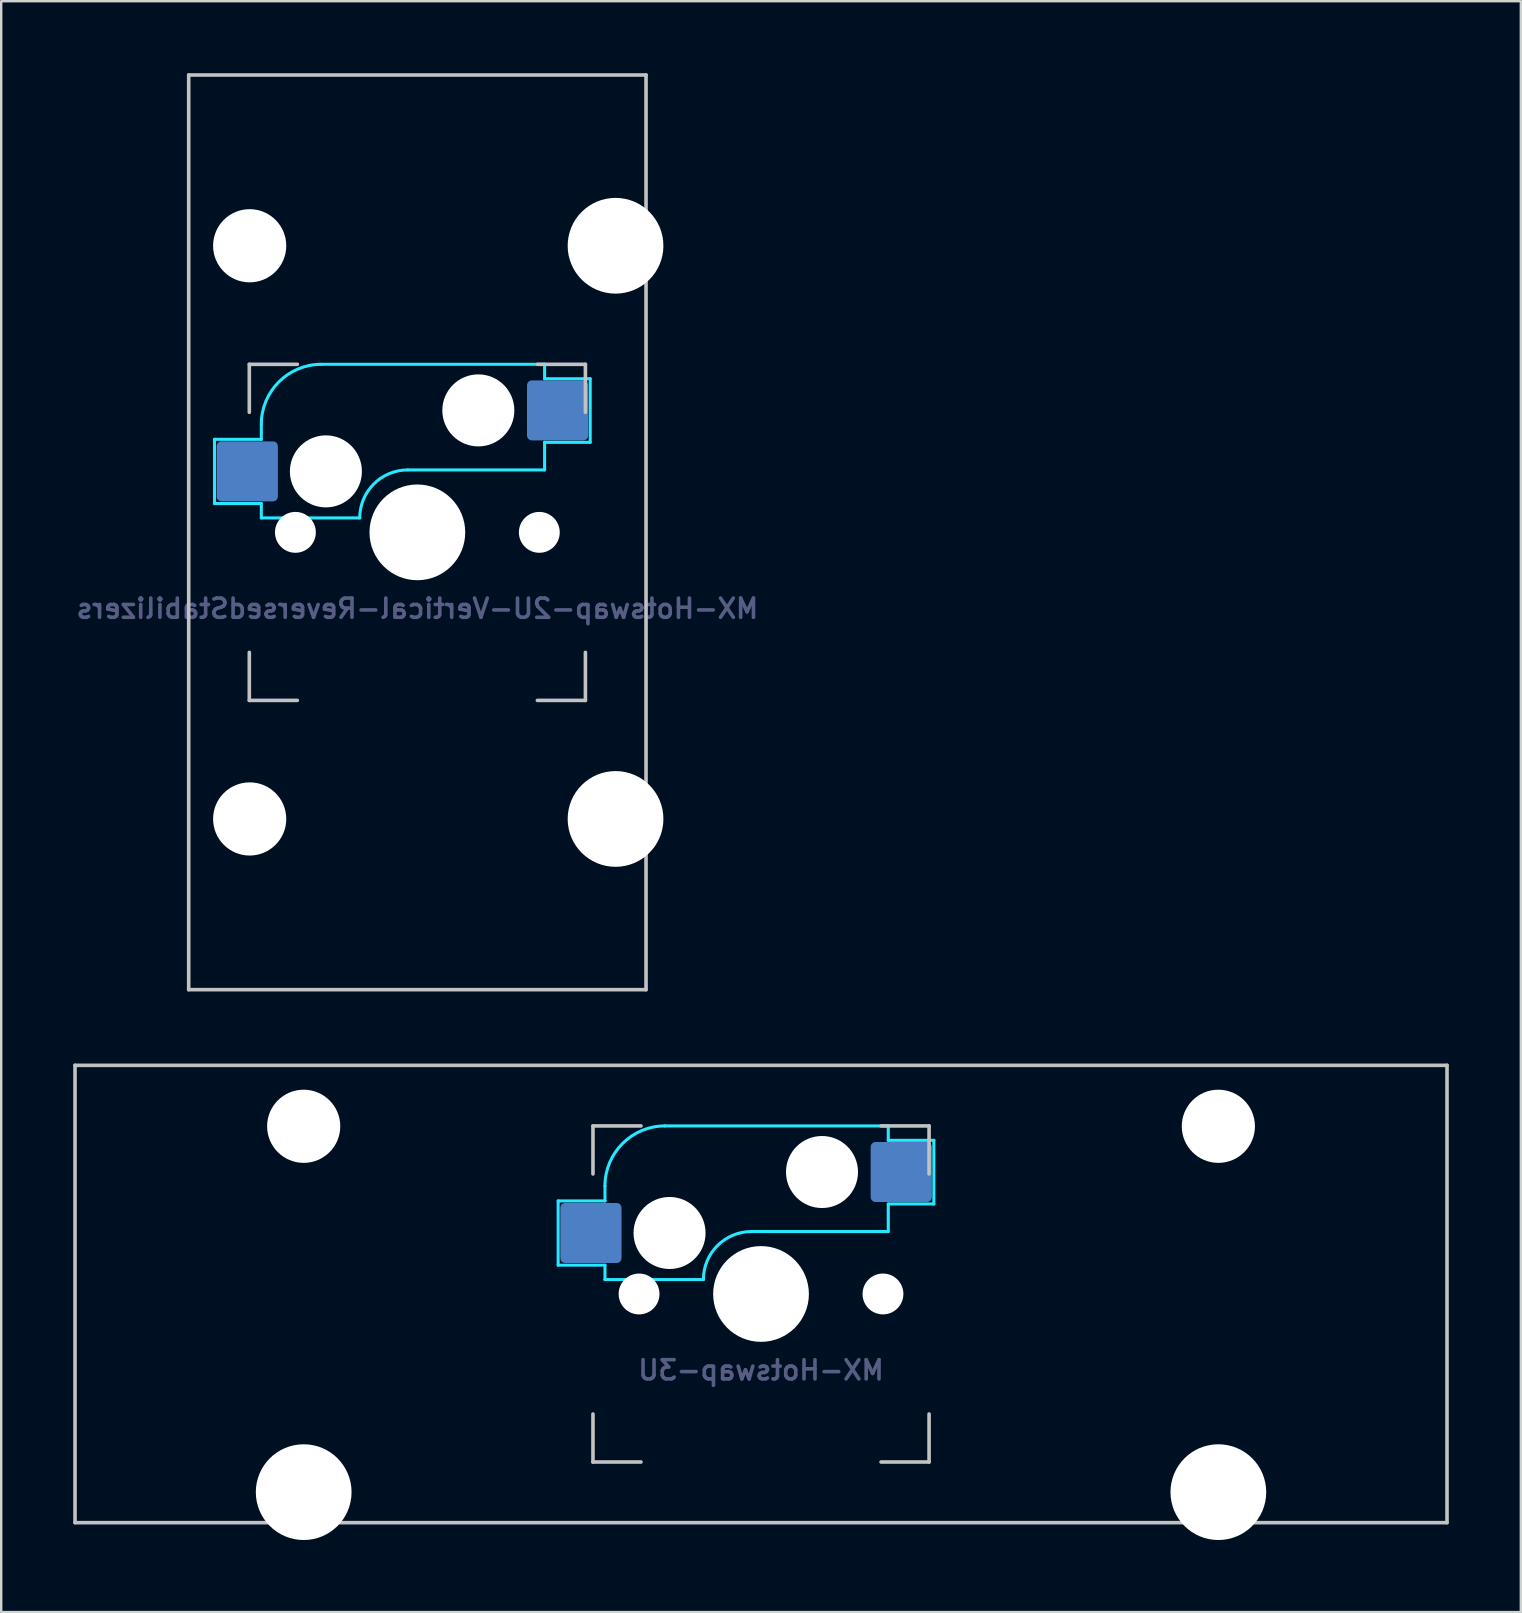
<source format=kicad_pcb>
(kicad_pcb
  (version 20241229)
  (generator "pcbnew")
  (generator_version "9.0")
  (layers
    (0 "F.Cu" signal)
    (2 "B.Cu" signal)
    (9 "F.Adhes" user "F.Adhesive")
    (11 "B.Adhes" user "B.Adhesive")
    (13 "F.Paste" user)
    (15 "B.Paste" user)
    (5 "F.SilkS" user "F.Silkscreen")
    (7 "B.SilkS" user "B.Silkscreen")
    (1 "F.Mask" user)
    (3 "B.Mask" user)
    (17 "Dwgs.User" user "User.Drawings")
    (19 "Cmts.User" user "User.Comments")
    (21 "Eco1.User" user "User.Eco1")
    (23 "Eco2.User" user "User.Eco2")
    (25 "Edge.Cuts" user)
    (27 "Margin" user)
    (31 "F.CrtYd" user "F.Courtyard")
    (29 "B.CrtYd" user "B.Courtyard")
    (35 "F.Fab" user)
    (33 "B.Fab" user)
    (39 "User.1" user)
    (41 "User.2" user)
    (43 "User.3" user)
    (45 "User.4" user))
  (footprint "MX-Hotswap-3U"
    (layer "F.Cu")
    (at 28.65 50.85)
    (property "Reference" "MX-Hotswap-3U" (at 0 3.175 0) (layer "B.Fab") (effects (font (size 0.8 0.8) (thickness 0.15)) (justify mirror)))
    (attr smd)
    (fp_line (start -28.575 9.525) (end -28.575 -9.525) (stroke (width 0.15) (type solid)) (layer "Dwgs.User"))
    (fp_line (start -7 -7) (end -7 -5) (stroke (width 0.15) (type solid)) (layer "Dwgs.User"))
    (fp_line (start -7 5) (end -7 7) (stroke (width 0.15) (type solid)) (layer "Dwgs.User"))
    (fp_line (start -7 7) (end -5 7) (stroke (width 0.15) (type solid)) (layer "Dwgs.User"))
    (fp_line (start -5 -7) (end -7 -7) (stroke (width 0.15) (type solid)) (layer "Dwgs.User"))
    (fp_line (start 5 -7) (end 7 -7) (stroke (width 0.15) (type solid)) (layer "Dwgs.User"))
    (fp_line (start 5 7) (end 7 7) (stroke (width 0.15) (type solid)) (layer "Dwgs.User"))
    (fp_line (start 7 -7) (end 7 -5) (stroke (width 0.15) (type solid)) (layer "Dwgs.User"))
    (fp_line (start 7 7) (end 7 5) (stroke (width 0.15) (type solid)) (layer "Dwgs.User"))
    (fp_line (start 28.575 -9.525) (end -28.575 -9.525) (stroke (width 0.15) (type solid)) (layer "Dwgs.User"))
    (fp_line (start 28.575 9.525) (end -28.575 9.525) (stroke (width 0.15) (type solid)) (layer "Dwgs.User"))
    (fp_line (start 28.575 9.525) (end 28.575 -9.525) (stroke (width 0.15) (type solid)) (layer "Dwgs.User"))
    (fp_line (start -8.45 -3.875) (end -8.45 -1.2) (stroke (width 0.127) (type solid)) (layer "B.CrtYd"))
    (fp_line (start -8.45 -1.2) (end -6.5 -1.2) (stroke (width 0.127) (type solid)) (layer "B.CrtYd"))
    (fp_line (start -6.5 -4.5) (end -6.5 -3.875) (stroke (width 0.127) (type solid)) (layer "B.CrtYd"))
    (fp_line (start -6.5 -3.875) (end -8.45 -3.875) (stroke (width 0.127) (type solid)) (layer "B.CrtYd"))
    (fp_line (start -6.5 -0.6) (end -6.5 -1.2) (stroke (width 0.127) (type solid)) (layer "B.CrtYd"))
    (fp_line (start -6.5 -0.6) (end -2.4 -0.6) (stroke (width 0.127) (type solid)) (layer "B.CrtYd"))
    (fp_line (start -0.4 -2.6) (end 5.3 -2.6) (stroke (width 0.127) (type solid)) (layer "B.CrtYd"))
    (fp_line (start 5.3 -7) (end -4 -7) (stroke (width 0.127) (type solid)) (layer "B.CrtYd"))
    (fp_line (start 5.3 -7) (end 5.3 -6.4) (stroke (width 0.127) (type solid)) (layer "B.CrtYd"))
    (fp_line (start 5.3 -6.4) (end 7.2 -6.4) (stroke (width 0.127) (type solid)) (layer "B.CrtYd"))
    (fp_line (start 5.3 -2.6) (end 5.3 -3.75) (stroke (width 0.127) (type solid)) (layer "B.CrtYd"))
    (fp_line (start 7.2 -6.4) (end 7.2 -3.75) (stroke (width 0.127) (type solid)) (layer "B.CrtYd"))
    (fp_line (start 7.2 -3.75) (end 5.3 -3.75) (stroke (width 0.127) (type solid)) (layer "B.CrtYd"))
    (fp_arc (start -6.5 -4.5) (mid -5.767767 -6.267767) (end -4 -7) (stroke (width 0.127) (type solid)) (layer "B.CrtYd"))
    (fp_arc (start -2.4 -0.6) (mid -1.814214 -2.014214) (end -0.4 -2.6) (stroke (width 0.127) (type solid)) (layer "B.CrtYd"))
    (pad "" np_thru_hole circle (at -19.05 -6.985) (size 3.048 3.048) (drill 3.048) (layers "*.Cu" "*.Mask"))
    (pad "" np_thru_hole circle (at -19.05 8.255) (size 3.988 3.988) (drill 3.988) (layers "*.Cu" "*.Mask"))
    (pad "" np_thru_hole circle (at -5.08 0 48.099) (size 1.702 1.702) (drill 1.702) (layers "*.Cu" "*.Mask"))
    (pad "" np_thru_hole circle (at -3.81 -2.54) (size 3 3) (drill 3) (layers "*.Cu" "*.Mask"))
    (pad "" np_thru_hole circle (at 0 0) (size 3.988 3.988) (drill 3.988) (layers "*.Cu" "*.Mask"))
    (pad "" np_thru_hole circle (at 2.54 -5.08) (size 3 3) (drill 3) (layers "*.Cu" "*.Mask"))
    (pad "" np_thru_hole circle (at 5.08 0 48.099) (size 1.702 1.702) (drill 1.702) (layers "*.Cu" "*.Mask"))
    (pad "" np_thru_hole circle (at 19.05 -6.985) (size 3.048 3.048) (drill 3.048) (layers "*.Cu" "*.Mask"))
    (pad "" np_thru_hole circle (at 19.05 8.255) (size 3.988 3.988) (drill 3.988) (layers "*.Cu" "*.Mask"))
    (pad "1" smd roundrect (at -7.085 -2.54) (size 2.55 2.5) (layers "B.Cu" "B.Mask" "B.Paste") (roundrect_rratio 0.08))
    (pad "2" smd roundrect (at 5.842 -5.08) (size 2.55 2.5) (layers "B.Cu" "B.Mask" "B.Paste") (roundrect_rratio 0.08)))
  (footprint "MX-Hotswap-2U-Vertical-ReversedStabilizers"
    (layer "F.Cu")
    (at 14.335 19.125)
    (property "Reference" "MX-Hotswap-2U-Vertical-ReversedStabilizers" (at 0 3.175 0) (layer "B.Fab") (effects (font (size 0.8 0.8) (thickness 0.15)) (justify mirror)))
    (attr smd)
    (fp_line (start -9.525 19.05) (end -9.525 -19.05) (stroke (width 0.15) (type solid)) (layer "Dwgs.User"))
    (fp_line (start -7 -7) (end -7 -5) (stroke (width 0.15) (type solid)) (layer "Dwgs.User"))
    (fp_line (start -7 5) (end -7 7) (stroke (width 0.15) (type solid)) (layer "Dwgs.User"))
    (fp_line (start -7 7) (end -5 7) (stroke (width 0.15) (type solid)) (layer "Dwgs.User"))
    (fp_line (start -5 -7) (end -7 -7) (stroke (width 0.15) (type solid)) (layer "Dwgs.User"))
    (fp_line (start 5 -7) (end 7 -7) (stroke (width 0.15) (type solid)) (layer "Dwgs.User"))
    (fp_line (start 5 7) (end 7 7) (stroke (width 0.15) (type solid)) (layer "Dwgs.User"))
    (fp_line (start 7 -7) (end 7 -5) (stroke (width 0.15) (type solid)) (layer "Dwgs.User"))
    (fp_line (start 7 7) (end 7 5) (stroke (width 0.15) (type solid)) (layer "Dwgs.User"))
    (fp_line (start 9.525 -19.05) (end -9.525 -19.05) (stroke (width 0.15) (type solid)) (layer "Dwgs.User"))
    (fp_line (start 9.525 19.05) (end -9.525 19.05) (stroke (width 0.15) (type solid)) (layer "Dwgs.User"))
    (fp_line (start 9.525 19.05) (end 9.525 -19.05) (stroke (width 0.15) (type solid)) (layer "Dwgs.User"))
    (fp_line (start -8.45 -3.875) (end -8.45 -1.2) (stroke (width 0.127) (type solid)) (layer "B.CrtYd"))
    (fp_line (start -8.45 -1.2) (end -6.5 -1.2) (stroke (width 0.127) (type solid)) (layer "B.CrtYd"))
    (fp_line (start -6.5 -4.5) (end -6.5 -3.875) (stroke (width 0.127) (type solid)) (layer "B.CrtYd"))
    (fp_line (start -6.5 -3.875) (end -8.45 -3.875) (stroke (width 0.127) (type solid)) (layer "B.CrtYd"))
    (fp_line (start -6.5 -0.6) (end -6.5 -1.2) (stroke (width 0.127) (type solid)) (layer "B.CrtYd"))
    (fp_line (start -6.5 -0.6) (end -2.4 -0.6) (stroke (width 0.127) (type solid)) (layer "B.CrtYd"))
    (fp_line (start -0.4 -2.6) (end 5.3 -2.6) (stroke (width 0.127) (type solid)) (layer "B.CrtYd"))
    (fp_line (start 5.3 -7) (end -4 -7) (stroke (width 0.127) (type solid)) (layer "B.CrtYd"))
    (fp_line (start 5.3 -7) (end 5.3 -6.4) (stroke (width 0.127) (type solid)) (layer "B.CrtYd"))
    (fp_line (start 5.3 -6.4) (end 7.2 -6.4) (stroke (width 0.127) (type solid)) (layer "B.CrtYd"))
    (fp_line (start 5.3 -2.6) (end 5.3 -3.75) (stroke (width 0.127) (type solid)) (layer "B.CrtYd"))
    (fp_line (start 7.2 -6.4) (end 7.2 -3.75) (stroke (width 0.127) (type solid)) (layer "B.CrtYd"))
    (fp_line (start 7.2 -3.75) (end 5.3 -3.75) (stroke (width 0.127) (type solid)) (layer "B.CrtYd"))
    (fp_arc (start -6.5 -4.5) (mid -5.767767 -6.267767) (end -4 -7) (stroke (width 0.127) (type solid)) (layer "B.CrtYd"))
    (fp_arc (start -2.4 -0.6) (mid -1.814214 -2.014214) (end -0.4 -2.6) (stroke (width 0.127) (type solid)) (layer "B.CrtYd"))
    (pad "" np_thru_hole circle (at -6.985 -11.938) (size 3.048 3.048) (drill 3.048) (layers "*.Cu" "*.Mask"))
    (pad "" np_thru_hole circle (at -6.985 11.938) (size 3.048 3.048) (drill 3.048) (layers "*.Cu" "*.Mask"))
    (pad "" np_thru_hole circle (at -5.08 0 48.099) (size 1.702 1.702) (drill 1.702) (layers "*.Cu" "*.Mask"))
    (pad "" np_thru_hole circle (at -3.81 -2.54) (size 3 3) (drill 3) (layers "*.Cu" "*.Mask"))
    (pad "" np_thru_hole circle (at 0 0) (size 3.988 3.988) (drill 3.988) (layers "*.Cu" "*.Mask"))
    (pad "" np_thru_hole circle (at 2.54 -5.08) (size 3 3) (drill 3) (layers "*.Cu" "*.Mask"))
    (pad "" np_thru_hole circle (at 5.08 0 48.099) (size 1.702 1.702) (drill 1.702) (layers "*.Cu" "*.Mask"))
    (pad "" np_thru_hole circle (at 8.255 -11.938) (size 3.988 3.988) (drill 3.988) (layers "*.Cu" "*.Mask"))
    (pad "" np_thru_hole circle (at 8.255 11.938) (size 3.988 3.988) (drill 3.988) (layers "*.Cu" "*.Mask"))
    (pad "1" smd roundrect (at -7.085 -2.54) (size 2.55 2.5) (layers "B.Cu" "B.Mask" "B.Paste") (roundrect_rratio 0.08))
    (pad "2" smd roundrect (at 5.842 -5.08) (size 2.55 2.5) (layers "B.Cu" "B.Mask" "B.Paste") (roundrect_rratio 0.08)))
  (gr_rect
    (start -3 -3)
    (end 60.3 64.099)
    (stroke (width 0.1) (type default))
    (fill no)
    (layer "Edge.Cuts")))
</source>
